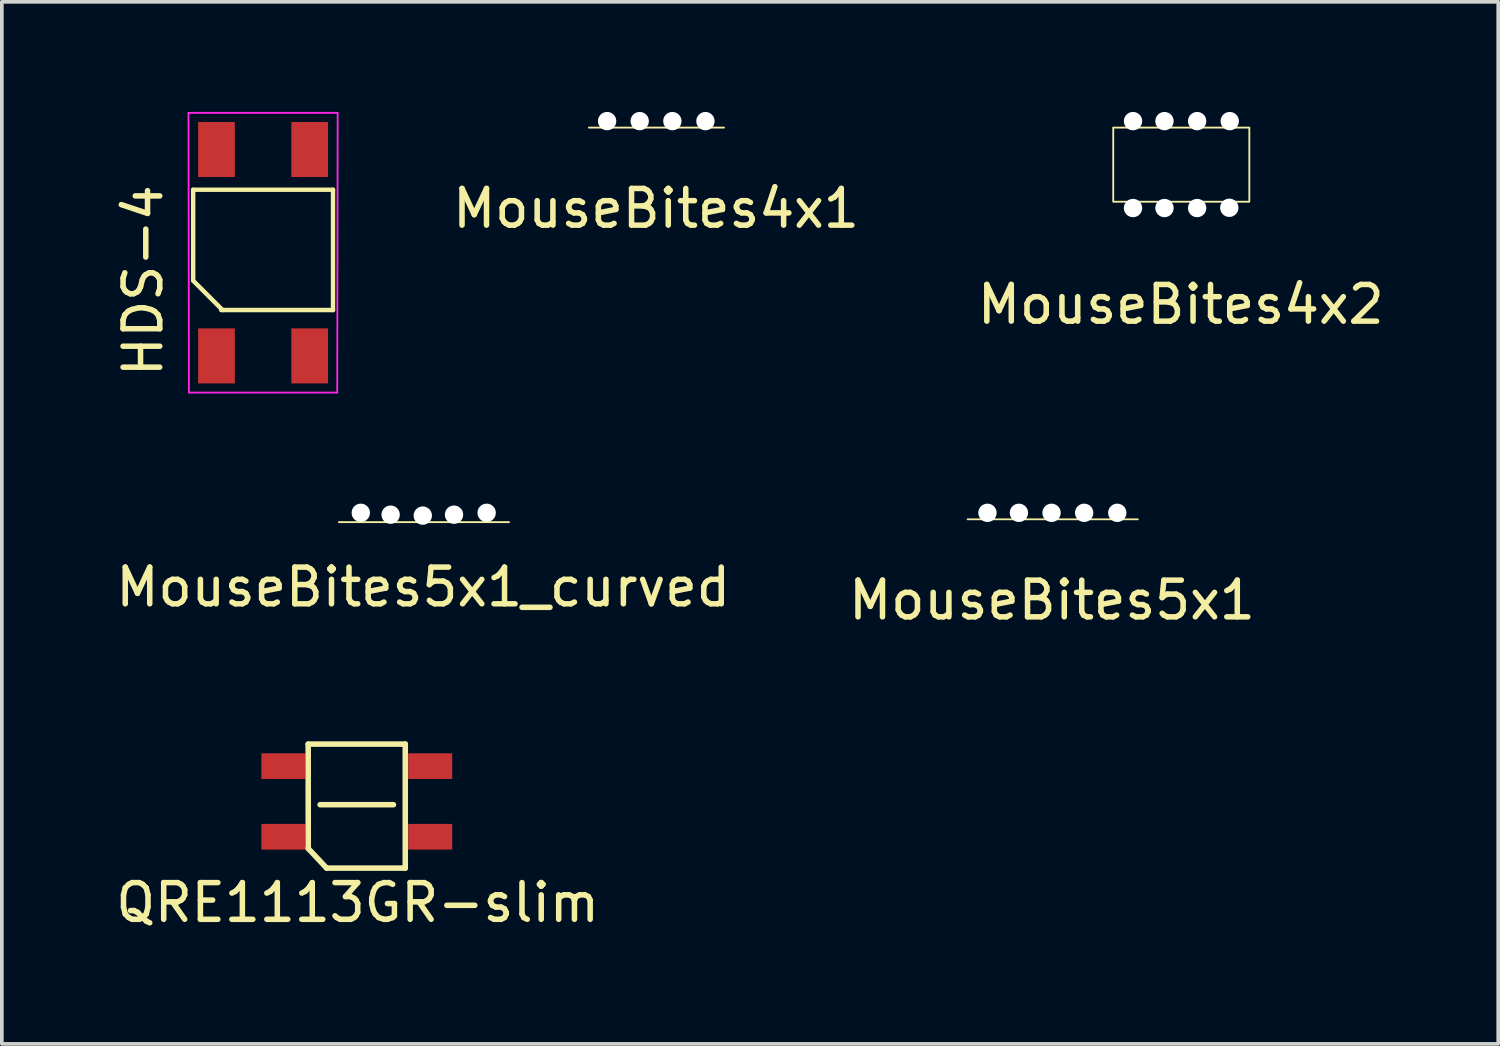
<source format=kicad_pcb>
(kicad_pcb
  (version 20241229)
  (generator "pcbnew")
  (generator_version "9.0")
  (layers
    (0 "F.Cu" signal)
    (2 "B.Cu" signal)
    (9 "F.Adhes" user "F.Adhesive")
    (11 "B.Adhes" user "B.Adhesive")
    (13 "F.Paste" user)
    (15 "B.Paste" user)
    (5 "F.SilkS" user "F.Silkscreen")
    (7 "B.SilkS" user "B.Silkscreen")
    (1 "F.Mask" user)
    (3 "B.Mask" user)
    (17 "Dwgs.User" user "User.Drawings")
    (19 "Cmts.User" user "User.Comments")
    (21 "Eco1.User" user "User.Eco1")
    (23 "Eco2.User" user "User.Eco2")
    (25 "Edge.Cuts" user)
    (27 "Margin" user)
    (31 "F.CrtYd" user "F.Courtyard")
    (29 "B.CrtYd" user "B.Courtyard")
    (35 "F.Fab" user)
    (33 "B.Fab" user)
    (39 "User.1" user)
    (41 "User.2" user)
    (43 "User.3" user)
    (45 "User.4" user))
  (footprint "MouseBites5x1_curved"
    (layer "F.Cu")
    (at 8.482 12.446)
    (property "Reference" "MouseBites5x1_curved" (at 0 0.5 0) (layer "F.SilkS") (effects (font (size 1 1) (thickness 0.15))))
    (attr through_hole)
    (fp_line (start -2.299 -1.27) (end 2.337 -1.27) (stroke (width 0.05) (type solid)) (layer "F.SilkS"))
    (pad "" np_thru_hole circle (at -1.702 -1.524) (size 0.5 0.5) (drill 0.5) (layers "*.Cu" "*.Mask"))
    (pad "" np_thru_hole circle (at -0.889 -1.473) (size 0.5 0.5) (drill 0.5) (layers "*.Cu" "*.Mask"))
    (pad "" np_thru_hole circle (at -0.013 -1.448) (size 0.5 0.5) (drill 0.5) (layers "*.Cu" "*.Mask"))
    (pad "" np_thru_hole circle (at 0.838 -1.473) (size 0.5 0.5) (drill 0.5) (layers "*.Cu" "*.Mask"))
    (pad "" np_thru_hole circle (at 1.727 -1.524) (size 0.5 0.5) (drill 0.5) (layers "*.Cu" "*.Mask")))
  (footprint "MouseBites5x1"
    (layer "F.Cu")
    (at 25.613 12.801)
    (property "Reference" "MouseBites5x1" (at 0 0.5 0) (layer "F.SilkS") (effects (font (size 1 1) (thickness 0.15))))
    (attr through_hole)
    (fp_line (start -2.299 -1.702) (end 2.337 -1.702) (stroke (width 0.05) (type solid)) (layer "F.SilkS"))
    (pad "" np_thru_hole circle (at -1.759 -1.879) (size 0.5 0.5) (drill 0.5) (layers "*.Cu" "*.Mask"))
    (pad "" np_thru_hole circle (at -0.902 -1.879) (size 0.5 0.5) (drill 0.5) (layers "*.Cu" "*.Mask"))
    (pad "" np_thru_hole circle (at -0.013 -1.879) (size 0.5 0.5) (drill 0.5) (layers "*.Cu" "*.Mask"))
    (pad "" np_thru_hole circle (at 0.876 -1.879) (size 0.5 0.5) (drill 0.5) (layers "*.Cu" "*.Mask"))
    (pad "" np_thru_hole circle (at 1.778 -1.879) (size 0.5 0.5) (drill 0.5) (layers "*.Cu" "*.Mask")))
  (footprint "QRE1113GR-slim"
    (layer "F.Cu")
    (at 6.671 19.053)
    (property "Reference" "QRE1113GR-slim" (at 0.025 2.489 0) (layer "F.SilkS") (effects (font (size 1 1) (thickness 0.15))))
    (attr through_hole)
    (fp_line (start -1.324 -1.829) (end 1.321 -1.829) (stroke (width 0.15) (type solid)) (layer "F.SilkS"))
    (fp_line (start -1.322 1.017) (end -1.324 -1.829) (stroke (width 0.15) (type solid)) (layer "F.SilkS"))
    (fp_line (start -1 -0.178) (end 1 -0.178) (stroke (width 0.15) (type solid)) (layer "F.SilkS"))
    (fp_line (start -0.822 1.549) (end -1.322 1.017) (stroke (width 0.15) (type solid)) (layer "F.SilkS"))
    (fp_line (start 1.321 -1.829) (end 1.321 1.549) (stroke (width 0.15) (type solid)) (layer "F.SilkS"))
    (fp_line (start 1.321 1.549) (end -0.822 1.549) (stroke (width 0.15) (type solid)) (layer "F.SilkS"))
    (pad "1" smd rect (at -2 0.695) (size 1.2 0.7) (layers "F.Cu" "F.Mask" "F.Paste"))
    (pad "2" smd rect (at 2 0.695) (size 1.2 0.7) (layers "F.Cu" "F.Mask" "F.Paste"))
    (pad "3" smd rect (at 2 -1.229) (size 1.2 0.7) (layers "F.Cu" "F.Mask" "F.Paste"))
    (pad "4" smd rect (at -2 -1.229) (size 1.2 0.7) (layers "F.Cu" "F.Mask" "F.Paste")))
  (footprint "MouseBites4x1"
    (layer "F.Cu")
    (at 14.824 2.129)
    (property "Reference" "MouseBites4x1" (at 0 0.5 0) (layer "F.SilkS") (effects (font (size 1 1) (thickness 0.15))))
    (attr through_hole)
    (fp_line (start -1.829 -1.702) (end 1.854 -1.702) (stroke (width 0.05) (type solid)) (layer "F.SilkS"))
    (pad "" np_thru_hole circle (at -1.333 -1.879) (size 0.5 0.5) (drill 0.5) (layers "*.Cu" "*.Mask"))
    (pad "" np_thru_hole circle (at -0.445 -1.879) (size 0.5 0.5) (drill 0.5) (layers "*.Cu" "*.Mask"))
    (pad "" np_thru_hole circle (at 0.445 -1.879) (size 0.5 0.5) (drill 0.5) (layers "*.Cu" "*.Mask"))
    (pad "" np_thru_hole circle (at 1.346 -1.879) (size 0.5 0.5) (drill 0.5) (layers "*.Cu" "*.Mask")))
  (footprint "HDS-4"
    (layer "F.Cu")
    (at 4.118 4.597)
    (property "Reference" "HDS-4" (at -3.27 0 90) (layer "F.SilkS") (effects (font (size 1 1) (thickness 0.15))))
    (attr smd)
    (fp_line (start -1.905 -2.477) (end 1.905 -2.477) (stroke (width 0.12) (type solid)) (layer "F.SilkS"))
    (fp_line (start -1.905 0) (end -1.905 -2.477) (stroke (width 0.12) (type solid)) (layer "F.SilkS"))
    (fp_line (start -1.105 0.8) (end -1.905 0) (stroke (width 0.12) (type solid)) (layer "F.SilkS"))
    (fp_line (start 1.905 -2.477) (end 1.905 0.8) (stroke (width 0.12) (type solid)) (layer "F.SilkS"))
    (fp_line (start 1.905 0.8) (end -1.143 0.8) (stroke (width 0.12) (type solid)) (layer "F.SilkS"))
    (fp_line (start -2.032 -4.572) (end 2.008 -4.572) (stroke (width 0.05) (type solid)) (layer "F.CrtYd"))
    (fp_line (start -2.02 3.05) (end -2.032 -4.572) (stroke (width 0.05) (type solid)) (layer "F.CrtYd"))
    (fp_line (start 2.02 3.05) (end -2.02 3.05) (stroke (width 0.05) (type solid)) (layer "F.CrtYd"))
    (fp_line (start 2.032 -4.572) (end 2.02 3.05) (stroke (width 0.05) (type solid)) (layer "F.CrtYd"))
    (pad "1" smd rect (at -1.27 2.05) (size 1 1.5) (layers "F.Cu" "F.Mask" "F.Paste"))
    (pad "2" smd rect (at 1.27 2.05) (size 1 1.5) (layers "F.Cu" "F.Mask" "F.Paste"))
    (pad "3" smd rect (at 1.27 -3.574) (size 1 1.5) (layers "F.Cu" "F.Mask" "F.Paste"))
    (pad "4" smd rect (at -1.27 -3.574) (size 1 1.5) (layers "F.Cu" "F.Mask" "F.Paste")))
  (footprint "MouseBites4x2"
    (layer "F.Cu")
    (at 29.122 4.745)
    (property "Reference" "MouseBites4x2" (at 0 0.5 0) (layer "F.SilkS") (effects (font (size 1 1) (thickness 0.15))))
    (attr through_hole)
    (fp_line (start -1.841 -4.318) (end 1.867 -4.318) (stroke (width 0.05) (type solid)) (layer "F.SilkS"))
    (fp_line (start -1.841 -2.324) (end -1.841 -4.305) (stroke (width 0.05) (type solid)) (layer "F.SilkS"))
    (fp_line (start -1.841 -2.299) (end 1.867 -2.299) (stroke (width 0.05) (type solid)) (layer "F.SilkS"))
    (fp_line (start 1.867 -2.324) (end 1.867 -4.305) (stroke (width 0.05) (type solid)) (layer "F.SilkS"))
    (pad "" np_thru_hole circle (at -1.302 -4.495) (size 0.5 0.5) (drill 0.5) (layers "*.Cu" "*.Mask"))
    (pad "" np_thru_hole circle (at -1.302 -2.127) (size 0.5 0.5) (drill 0.5) (layers "*.Cu" "*.Mask"))
    (pad "" np_thru_hole circle (at -0.445 -4.495) (size 0.5 0.5) (drill 0.5) (layers "*.Cu" "*.Mask"))
    (pad "" np_thru_hole circle (at -0.445 -2.127) (size 0.5 0.5) (drill 0.5) (layers "*.Cu" "*.Mask"))
    (pad "" np_thru_hole circle (at 0.445 -4.495) (size 0.5 0.5) (drill 0.5) (layers "*.Cu" "*.Mask"))
    (pad "" np_thru_hole circle (at 0.445 -2.127) (size 0.5 0.5) (drill 0.5) (layers "*.Cu" "*.Mask"))
    (pad "" np_thru_hole circle (at 1.321 -2.134) (size 0.5 0.5) (drill 0.5) (layers "*.Cu" "*.Mask"))
    (pad "" np_thru_hole circle (at 1.333 -4.495) (size 0.5 0.5) (drill 0.5) (layers "*.Cu" "*.Mask")))
  (gr_rect
    (start -3 -3)
    (end 37.77 25.391)
    (stroke (width 0.1) (type default))
    (fill no)
    (layer "Edge.Cuts")))
</source>
